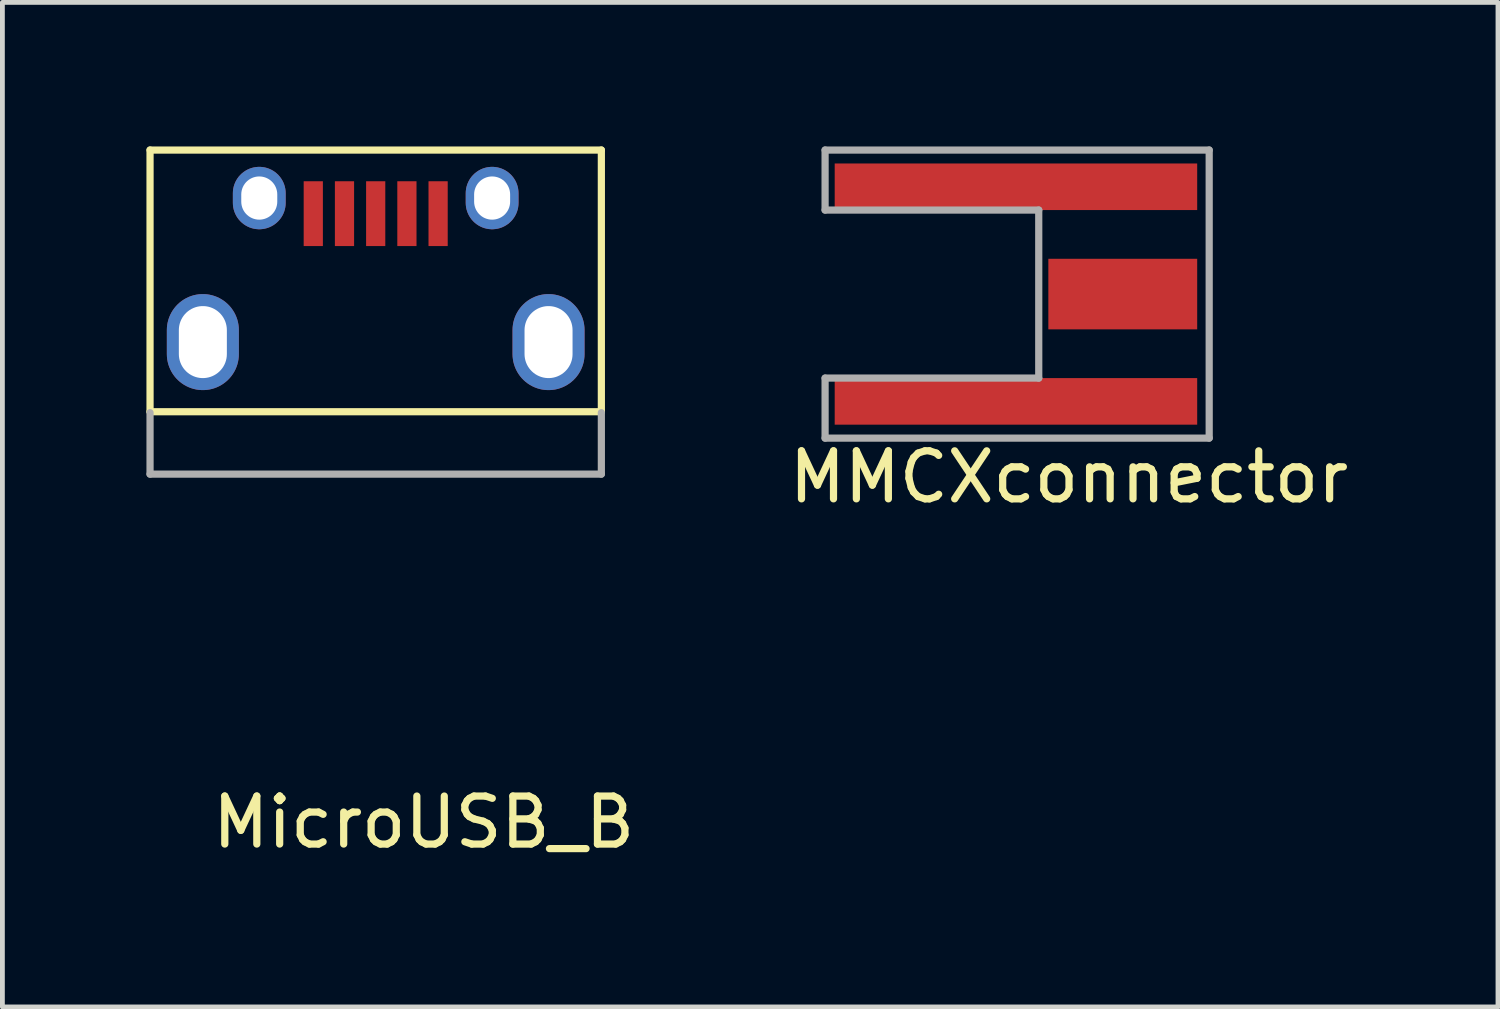
<source format=kicad_pcb>
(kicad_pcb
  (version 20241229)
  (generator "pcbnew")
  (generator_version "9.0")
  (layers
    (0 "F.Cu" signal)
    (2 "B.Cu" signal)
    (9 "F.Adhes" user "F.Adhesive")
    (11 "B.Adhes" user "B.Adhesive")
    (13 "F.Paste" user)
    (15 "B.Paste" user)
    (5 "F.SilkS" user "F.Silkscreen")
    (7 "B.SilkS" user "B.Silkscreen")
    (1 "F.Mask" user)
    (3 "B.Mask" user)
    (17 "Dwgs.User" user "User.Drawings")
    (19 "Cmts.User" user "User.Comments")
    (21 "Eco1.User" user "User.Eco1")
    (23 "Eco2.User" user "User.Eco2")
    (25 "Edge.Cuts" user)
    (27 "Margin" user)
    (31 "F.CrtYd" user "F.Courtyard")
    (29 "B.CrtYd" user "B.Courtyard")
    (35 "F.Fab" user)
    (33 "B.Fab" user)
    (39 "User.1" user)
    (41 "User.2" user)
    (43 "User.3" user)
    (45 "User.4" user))
  (footprint "MMCXconnector"
    (layer "F.Cu")
    (at 14.135 3.075)
    (property "Reference" "MMCXconnector" (at 5.08 3.81 0) (layer "F.SilkS") (effects (font (size 1 1) (thickness 0.15))))
    (attr through_hole)
    (fp_line (start 0 -3) (end 0 -1.75) (stroke (width 0.15) (type solid)) (layer "F.Fab"))
    (fp_line (start 0 -3) (end 8 -3) (stroke (width 0.15) (type solid)) (layer "F.Fab"))
    (fp_line (start 0 -1.75) (end 4.45 -1.75) (stroke (width 0.15) (type solid)) (layer "F.Fab"))
    (fp_line (start 0 1.75) (end 0 3) (stroke (width 0.15) (type solid)) (layer "F.Fab"))
    (fp_line (start 4.45 -1.75) (end 4.45 1.75) (stroke (width 0.15) (type solid)) (layer "F.Fab"))
    (fp_line (start 4.45 1.75) (end 0 1.75) (stroke (width 0.15) (type solid)) (layer "F.Fab"))
    (fp_line (start 8 -3) (end 8 3) (stroke (width 0.15) (type solid)) (layer "F.Fab"))
    (fp_line (start 8 3) (end 0 3) (stroke (width 0.15) (type solid)) (layer "F.Fab"))
    (pad "1" smd rect (at 3.975 -2.235) (size 7.55 0.97) (layers "F.Cu" "F.Mask" "F.Paste"))
    (pad "1" smd rect (at 3.975 2.235) (size 7.55 0.97) (layers "F.Cu" "F.Mask" "F.Paste"))
    (pad "2" smd rect (at 6.2 0) (size 3.1 1.47) (layers "F.Cu" "F.Mask" "F.Paste")))
  (footprint "MicroUSB_B"
    (layer "F.Cu")
    (at 4.775 4.075)
    (property "Reference" "MicroUSB_B" (at 1 10 0) (layer "F.SilkS") (effects (font (size 1 1) (thickness 0.15))))
    (attr through_hole)
    (fp_line (start -4.7 -4) (end 4.7 -4) (stroke (width 0.15) (type solid)) (layer "F.SilkS"))
    (fp_line (start -4.7 1.45) (end -4.7 -4) (stroke (width 0.15) (type solid)) (layer "F.SilkS"))
    (fp_line (start -4.7 1.45) (end 4.7 1.45) (stroke (width 0.15) (type solid)) (layer "F.SilkS"))
    (fp_line (start 4.7 -4) (end 4.7 1.45) (stroke (width 0.15) (type solid)) (layer "F.SilkS"))
    (fp_line (start -4.7 1.47) (end -4.7 2.75) (stroke (width 0.15) (type solid)) (layer "F.Fab"))
    (fp_line (start -4.7 2.75) (end 4.7 2.75) (stroke (width 0.15) (type solid)) (layer "F.Fab"))
    (fp_line (start 4.7 1.47) (end 4.7 2.75) (stroke (width 0.15) (type solid)) (layer "F.Fab"))
    (pad "1" smd rect (at -1.3 -2.675) (size 0.4 1.35) (layers "F.Cu" "F.Mask" "F.Paste"))
    (pad "2" smd rect (at -0.65 -2.675) (size 0.4 1.35) (layers "F.Cu" "F.Mask" "F.Paste"))
    (pad "3" smd rect (at 0 -2.675) (size 0.4 1.35) (layers "F.Cu" "F.Mask" "F.Paste"))
    (pad "4" smd rect (at 0.65 -2.675) (size 0.4 1.35) (layers "F.Cu" "F.Mask" "F.Paste"))
    (pad "5" smd rect (at 1.3 -2.675) (size 0.4 1.35) (layers "F.Cu" "F.Mask" "F.Paste"))
    (pad "6" thru_hole oval (at -3.6 0) (size 1.5 2) (drill oval 1 1.5) (layers "*.Cu" "*.Mask"))
    (pad "6" thru_hole oval (at -2.425 -3) (size 1.1 1.3) (drill oval 0.75 0.9) (layers "*.Cu" "*.Mask"))
    (pad "6" thru_hole oval (at 2.425 -3) (size 1.1 1.3) (drill oval 0.75 0.9) (layers "*.Cu" "*.Mask"))
    (pad "6" thru_hole oval (at 3.6 0) (size 1.5 2) (drill oval 1 1.5) (layers "*.Cu" "*.Mask")))
  (gr_rect
    (start -3 -3)
    (end 28.15 17.923)
    (stroke (width 0.1) (type default))
    (fill no)
    (layer "Edge.Cuts")))
</source>
